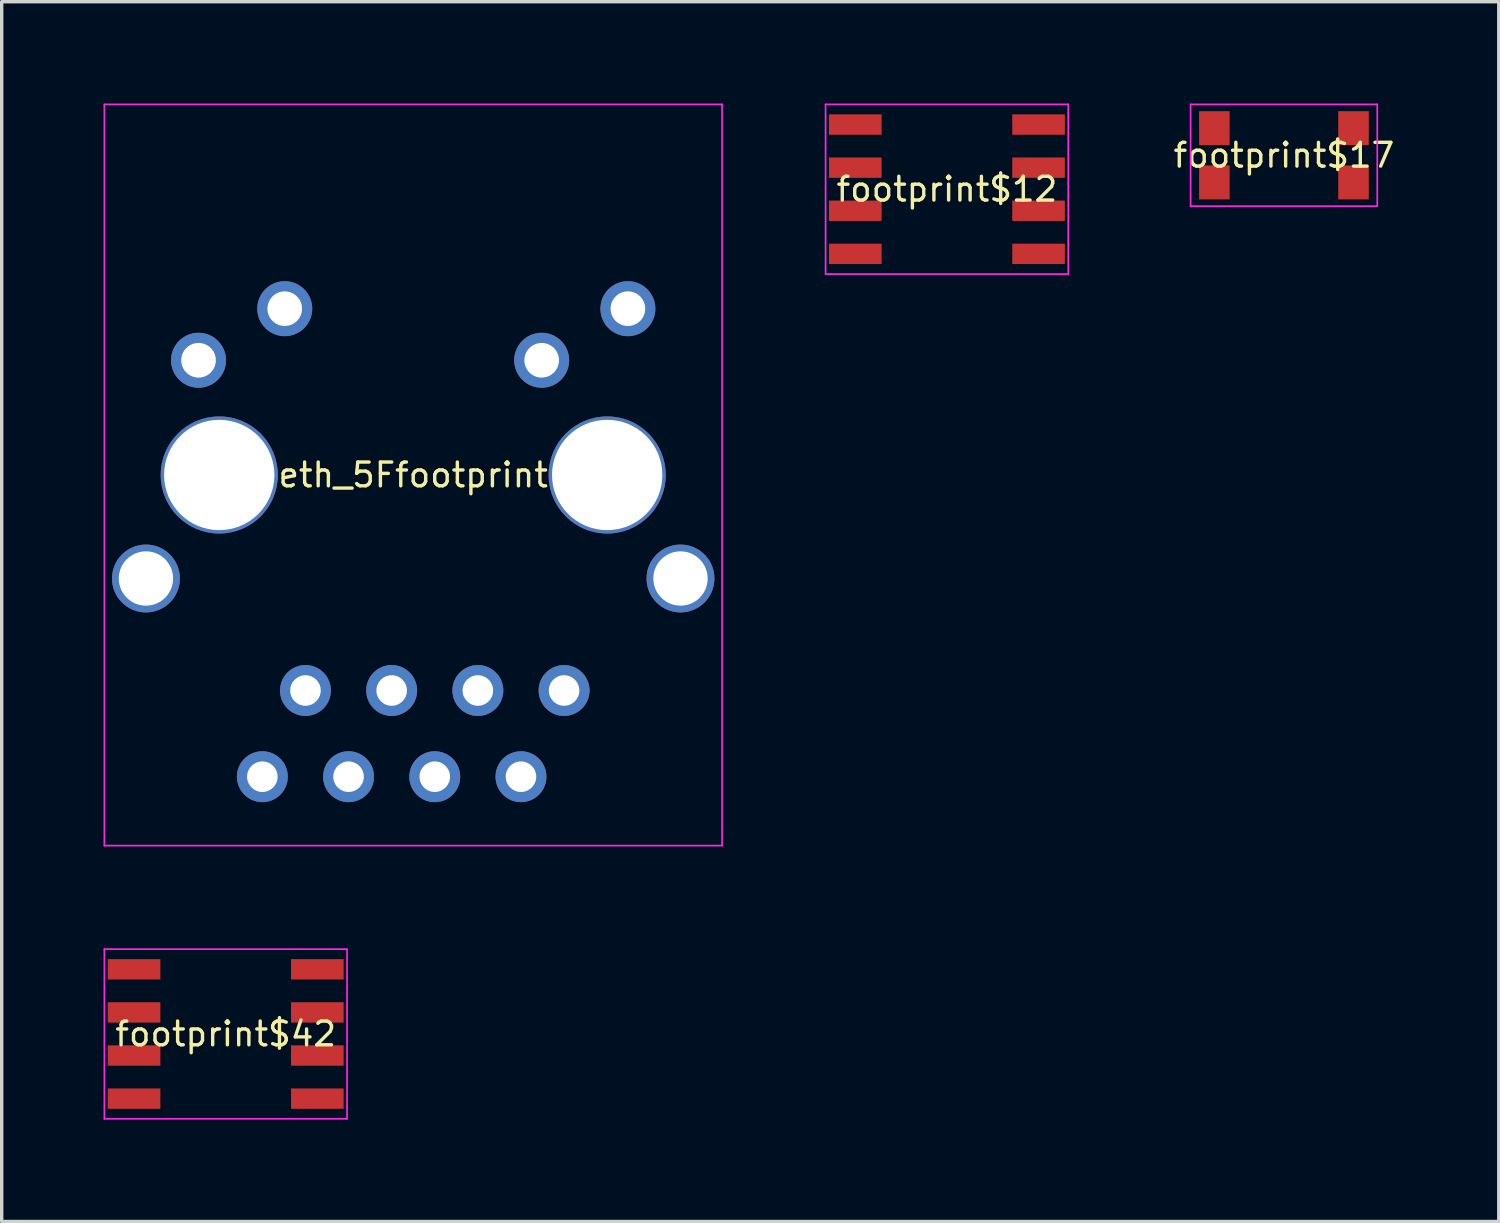
<source format=kicad_pcb>
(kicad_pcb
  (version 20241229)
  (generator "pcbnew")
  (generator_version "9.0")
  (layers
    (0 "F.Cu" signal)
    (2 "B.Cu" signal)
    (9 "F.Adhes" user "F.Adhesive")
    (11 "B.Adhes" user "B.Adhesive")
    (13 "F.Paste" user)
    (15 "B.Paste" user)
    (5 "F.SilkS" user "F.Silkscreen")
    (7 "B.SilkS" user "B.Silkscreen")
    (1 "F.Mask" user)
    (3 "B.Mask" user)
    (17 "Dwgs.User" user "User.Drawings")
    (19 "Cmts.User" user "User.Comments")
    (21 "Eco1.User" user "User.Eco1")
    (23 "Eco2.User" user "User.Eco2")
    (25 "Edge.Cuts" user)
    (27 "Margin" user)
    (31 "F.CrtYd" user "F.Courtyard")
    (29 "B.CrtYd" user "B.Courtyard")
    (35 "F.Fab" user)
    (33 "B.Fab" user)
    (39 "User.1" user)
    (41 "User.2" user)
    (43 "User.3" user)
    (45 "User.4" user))
  (footprint "footprint$42"
    (layer "F.Cu")
    (at 3.6 27.415)
    (property "Reference" "footprint$42" (at 0 0 0) (layer "F.SilkS") (effects (font (size 0.7 0.7) (thickness 0.1))))
    (attr through_hole)
    (fp_poly (pts (xy -3.475 -1.605) (xy -1.925 -1.605) (xy -1.925 -2.205) (xy -3.475 -2.205)) (stroke (width 0) (type solid)) (fill yes) (layer "F.Mask"))
    (fp_poly (pts (xy -3.475 -0.335) (xy -1.925 -0.335) (xy -1.925 -0.935) (xy -3.475 -0.935)) (stroke (width 0) (type solid)) (fill yes) (layer "F.Mask"))
    (fp_poly (pts (xy -3.475 0.935) (xy -1.925 0.935) (xy -1.925 0.335) (xy -3.475 0.335)) (stroke (width 0) (type solid)) (fill yes) (layer "F.Mask"))
    (fp_poly (pts (xy -3.475 2.205) (xy -1.925 2.205) (xy -1.925 1.605) (xy -3.475 1.605)) (stroke (width 0) (type solid)) (fill yes) (layer "F.Mask"))
    (fp_poly (pts (xy 1.925 -1.605) (xy 3.475 -1.605) (xy 3.475 -2.205) (xy 1.925 -2.205)) (stroke (width 0) (type solid)) (fill yes) (layer "F.Mask"))
    (fp_poly (pts (xy 1.925 -0.335) (xy 3.475 -0.335) (xy 3.475 -0.935) (xy 1.925 -0.935)) (stroke (width 0) (type solid)) (fill yes) (layer "F.Mask"))
    (fp_poly (pts (xy 1.925 0.935) (xy 3.475 0.935) (xy 3.475 0.335) (xy 1.925 0.335)) (stroke (width 0) (type solid)) (fill yes) (layer "F.Mask"))
    (fp_poly (pts (xy 1.925 2.205) (xy 3.475 2.205) (xy 3.475 1.605) (xy 1.925 1.605)) (stroke (width 0) (type solid)) (fill yes) (layer "F.Mask"))
    (fp_poly (pts (xy -3.475 -1.605) (xy -1.925 -1.605) (xy -1.925 -2.205) (xy -3.475 -2.205)) (stroke (width 0) (type solid)) (fill yes) (layer "F.Paste"))
    (fp_poly (pts (xy -3.475 -0.335) (xy -1.925 -0.335) (xy -1.925 -0.935) (xy -3.475 -0.935)) (stroke (width 0) (type solid)) (fill yes) (layer "F.Paste"))
    (fp_poly (pts (xy -3.475 0.935) (xy -1.925 0.935) (xy -1.925 0.335) (xy -3.475 0.335)) (stroke (width 0) (type solid)) (fill yes) (layer "F.Paste"))
    (fp_poly (pts (xy -3.475 2.205) (xy -1.925 2.205) (xy -1.925 1.605) (xy -3.475 1.605)) (stroke (width 0) (type solid)) (fill yes) (layer "F.Paste"))
    (fp_poly (pts (xy 1.925 -1.605) (xy 3.475 -1.605) (xy 3.475 -2.205) (xy 1.925 -2.205)) (stroke (width 0) (type solid)) (fill yes) (layer "F.Paste"))
    (fp_poly (pts (xy 1.925 -0.335) (xy 3.475 -0.335) (xy 3.475 -0.935) (xy 1.925 -0.935)) (stroke (width 0) (type solid)) (fill yes) (layer "F.Paste"))
    (fp_poly (pts (xy 1.925 0.935) (xy 3.475 0.935) (xy 3.475 0.335) (xy 1.925 0.335)) (stroke (width 0) (type solid)) (fill yes) (layer "F.Paste"))
    (fp_poly (pts (xy 1.925 2.205) (xy 3.475 2.205) (xy 3.475 1.605) (xy 1.925 1.605)) (stroke (width 0) (type solid)) (fill yes) (layer "F.Paste"))
    (fp_line (start -3.575 -2.5) (end -3.575 2.5) (stroke (width 0.05) (type solid)) (layer "F.CrtYd"))
    (fp_line (start -3.575 2.5) (end 3.575 2.5) (stroke (width 0.05) (type solid)) (layer "F.CrtYd"))
    (fp_line (start 3.575 -2.5) (end -3.575 -2.5) (stroke (width 0.05) (type solid)) (layer "F.CrtYd"))
    (fp_line (start 3.575 2.5) (end 3.575 -2.5) (stroke (width 0.05) (type solid)) (layer "F.CrtYd"))
    (pad "1" smd rect (at -2.7 -1.905) (size 1.55 0.6) (layers "F.Cu"))
    (pad "2" smd rect (at -2.7 -0.635) (size 1.55 0.6) (layers "F.Cu"))
    (pad "3" smd rect (at -2.7 0.635) (size 1.55 0.6) (layers "F.Cu"))
    (pad "4" smd rect (at -2.7 1.905) (size 1.55 0.6) (layers "F.Cu"))
    (pad "5" smd rect (at 2.7 1.905) (size 1.55 0.6) (layers "F.Cu"))
    (pad "6" smd rect (at 2.7 0.635) (size 1.55 0.6) (layers "F.Cu"))
    (pad "7" smd rect (at 2.7 -0.635) (size 1.55 0.6) (layers "F.Cu"))
    (pad "8" smd rect (at 2.7 -1.905) (size 1.55 0.6) (layers "F.Cu")))
  (footprint "footprint$17"
    (layer "F.Cu")
    (at 34.78 1.525)
    (property "Reference" "footprint$17" (at 0 0 0) (layer "F.SilkS") (effects (font (size 0.7 0.7) (thickness 0.1))))
    (attr through_hole)
    (fp_poly (pts (xy -2.5 -0.3) (xy -1.6 -0.3) (xy -1.6 -1.3) (xy -2.5 -1.3)) (stroke (width 0) (type solid)) (fill yes) (layer "F.Mask"))
    (fp_poly (pts (xy -2.5 1.3) (xy -1.6 1.3) (xy -1.6 0.3) (xy -2.5 0.3)) (stroke (width 0) (type solid)) (fill yes) (layer "F.Mask"))
    (fp_poly (pts (xy 1.6 -0.3) (xy 2.5 -0.3) (xy 2.5 -1.3) (xy 1.6 -1.3)) (stroke (width 0) (type solid)) (fill yes) (layer "F.Mask"))
    (fp_poly (pts (xy 1.6 1.3) (xy 2.5 1.3) (xy 2.5 0.3) (xy 1.6 0.3)) (stroke (width 0) (type solid)) (fill yes) (layer "F.Mask"))
    (fp_poly (pts (xy -2.5 -0.3) (xy -1.6 -0.3) (xy -1.6 -1.3) (xy -2.5 -1.3)) (stroke (width 0) (type solid)) (fill yes) (layer "F.Paste"))
    (fp_poly (pts (xy -2.5 1.3) (xy -1.6 1.3) (xy -1.6 0.3) (xy -2.5 0.3)) (stroke (width 0) (type solid)) (fill yes) (layer "F.Paste"))
    (fp_poly (pts (xy 1.6 -0.3) (xy 2.5 -0.3) (xy 2.5 -1.3) (xy 1.6 -1.3)) (stroke (width 0) (type solid)) (fill yes) (layer "F.Paste"))
    (fp_poly (pts (xy 1.6 1.3) (xy 2.5 1.3) (xy 2.5 0.3) (xy 1.6 0.3)) (stroke (width 0) (type solid)) (fill yes) (layer "F.Paste"))
    (fp_line (start -2.75 -1.5) (end -2.75 1.5) (stroke (width 0.05) (type solid)) (layer "F.CrtYd"))
    (fp_line (start -2.75 1.5) (end 2.75 1.5) (stroke (width 0.05) (type solid)) (layer "F.CrtYd"))
    (fp_line (start 2.75 -1.5) (end -2.75 -1.5) (stroke (width 0.05) (type solid)) (layer "F.CrtYd"))
    (fp_line (start 2.75 1.5) (end 2.75 -1.5) (stroke (width 0.05) (type solid)) (layer "F.CrtYd"))
    (pad "1" smd rect (at 2.05 -0.8) (size 0.9 1) (layers "F.Cu"))
    (pad "2" smd rect (at 2.05 0.8) (size 0.9 1) (layers "F.Cu"))
    (pad "3" smd rect (at -2.05 -0.8) (size 0.9 1) (layers "F.Cu"))
    (pad "4" smd rect (at -2.05 0.8) (size 0.9 1) (layers "F.Cu")))
  (footprint "eth_5Ffootprint"
    (layer "F.Cu")
    (at 9.125 10.945)
    (property "Reference" "eth_5Ffootprint" (at 0 0 0) (layer "F.SilkS") (effects (font (size 0.7 0.7) (thickness 0.1))))
    (attr through_hole)
    (fp_line (start -9.1 -10.92) (end -9.1 10.92) (stroke (width 0.05) (type solid)) (layer "F.CrtYd"))
    (fp_line (start -9.1 10.92) (end 9.1 10.92) (stroke (width 0.05) (type solid)) (layer "F.CrtYd"))
    (fp_line (start 9.1 -10.92) (end -9.1 -10.92) (stroke (width 0.05) (type solid)) (layer "F.CrtYd"))
    (fp_line (start 9.1 10.92) (end 9.1 -10.92) (stroke (width 0.05) (type solid)) (layer "F.CrtYd"))
    (pad "1" thru_hole circle (at 4.445 6.35) (size 1.5 1.5) (drill 0.9) (layers "*.Cu" "*.Mask"))
    (pad "2" thru_hole circle (at 3.175 8.89) (size 1.5 1.5) (drill 0.9) (layers "*.Cu" "*.Mask"))
    (pad "3" thru_hole circle (at 1.905 6.35) (size 1.5 1.5) (drill 0.9) (layers "*.Cu" "*.Mask"))
    (pad "4" thru_hole circle (at 0.635 8.89) (size 1.5 1.5) (drill 0.9) (layers "*.Cu" "*.Mask"))
    (pad "5" thru_hole circle (at -0.635 6.35) (size 1.5 1.5) (drill 0.9) (layers "*.Cu" "*.Mask"))
    (pad "6" thru_hole circle (at -1.905 8.89) (size 1.5 1.5) (drill 0.9) (layers "*.Cu" "*.Mask"))
    (pad "7" thru_hole circle (at -3.175 6.35) (size 1.5 1.5) (drill 0.9) (layers "*.Cu" "*.Mask"))
    (pad "8" thru_hole circle (at -4.445 8.89) (size 1.5 1.5) (drill 0.9) (layers "*.Cu" "*.Mask"))
    (pad "9" thru_hole circle (at 6.325 -4.9) (size 1.62 1.62) (drill 1.02) (layers "*.Cu" "*.Mask"))
    (pad "10" thru_hole circle (at 3.785 -3.38) (size 1.62 1.62) (drill 1.02) (layers "*.Cu" "*.Mask"))
    (pad "11" thru_hole circle (at -3.785 -4.9) (size 1.62 1.62) (drill 1.02) (layers "*.Cu" "*.Mask"))
    (pad "12" thru_hole circle (at -6.325 -3.38) (size 1.62 1.62) (drill 1.02) (layers "*.Cu" "*.Mask"))
    (pad "13" thru_hole circle (at -5.715 0) (size 3.45 3.45) (drill 3.25) (layers "*.Cu" "*.Mask"))
    (pad "14" thru_hole circle (at 5.715 0) (size 3.45 3.45) (drill 3.25) (layers "*.Cu" "*.Mask"))
    (pad "15" thru_hole circle (at -7.875 3.05) (size 2 2) (drill 1.6) (layers "*.Cu" "*.Mask"))
    (pad "16" thru_hole circle (at 7.875 3.05) (size 2 2) (drill 1.6) (layers "*.Cu" "*.Mask")))
  (footprint "footprint$12"
    (layer "F.Cu")
    (at 24.85 2.525)
    (property "Reference" "footprint$12" (at 0 0 0) (layer "F.SilkS") (effects (font (size 0.7 0.7) (thickness 0.1))))
    (attr through_hole)
    (fp_poly (pts (xy -3.475 -1.605) (xy -1.925 -1.605) (xy -1.925 -2.205) (xy -3.475 -2.205)) (stroke (width 0) (type solid)) (fill yes) (layer "F.Mask"))
    (fp_poly (pts (xy -3.475 -0.335) (xy -1.925 -0.335) (xy -1.925 -0.935) (xy -3.475 -0.935)) (stroke (width 0) (type solid)) (fill yes) (layer "F.Mask"))
    (fp_poly (pts (xy -3.475 0.935) (xy -1.925 0.935) (xy -1.925 0.335) (xy -3.475 0.335)) (stroke (width 0) (type solid)) (fill yes) (layer "F.Mask"))
    (fp_poly (pts (xy -3.475 2.205) (xy -1.925 2.205) (xy -1.925 1.605) (xy -3.475 1.605)) (stroke (width 0) (type solid)) (fill yes) (layer "F.Mask"))
    (fp_poly (pts (xy 1.925 -1.605) (xy 3.475 -1.605) (xy 3.475 -2.205) (xy 1.925 -2.205)) (stroke (width 0) (type solid)) (fill yes) (layer "F.Mask"))
    (fp_poly (pts (xy 1.925 -0.335) (xy 3.475 -0.335) (xy 3.475 -0.935) (xy 1.925 -0.935)) (stroke (width 0) (type solid)) (fill yes) (layer "F.Mask"))
    (fp_poly (pts (xy 1.925 0.935) (xy 3.475 0.935) (xy 3.475 0.335) (xy 1.925 0.335)) (stroke (width 0) (type solid)) (fill yes) (layer "F.Mask"))
    (fp_poly (pts (xy 1.925 2.205) (xy 3.475 2.205) (xy 3.475 1.605) (xy 1.925 1.605)) (stroke (width 0) (type solid)) (fill yes) (layer "F.Mask"))
    (fp_poly (pts (xy -3.475 -1.605) (xy -1.925 -1.605) (xy -1.925 -2.205) (xy -3.475 -2.205)) (stroke (width 0) (type solid)) (fill yes) (layer "F.Paste"))
    (fp_poly (pts (xy -3.475 -0.335) (xy -1.925 -0.335) (xy -1.925 -0.935) (xy -3.475 -0.935)) (stroke (width 0) (type solid)) (fill yes) (layer "F.Paste"))
    (fp_poly (pts (xy -3.475 0.935) (xy -1.925 0.935) (xy -1.925 0.335) (xy -3.475 0.335)) (stroke (width 0) (type solid)) (fill yes) (layer "F.Paste"))
    (fp_poly (pts (xy -3.475 2.205) (xy -1.925 2.205) (xy -1.925 1.605) (xy -3.475 1.605)) (stroke (width 0) (type solid)) (fill yes) (layer "F.Paste"))
    (fp_poly (pts (xy 1.925 -1.605) (xy 3.475 -1.605) (xy 3.475 -2.205) (xy 1.925 -2.205)) (stroke (width 0) (type solid)) (fill yes) (layer "F.Paste"))
    (fp_poly (pts (xy 1.925 -0.335) (xy 3.475 -0.335) (xy 3.475 -0.935) (xy 1.925 -0.935)) (stroke (width 0) (type solid)) (fill yes) (layer "F.Paste"))
    (fp_poly (pts (xy 1.925 0.935) (xy 3.475 0.935) (xy 3.475 0.335) (xy 1.925 0.335)) (stroke (width 0) (type solid)) (fill yes) (layer "F.Paste"))
    (fp_poly (pts (xy 1.925 2.205) (xy 3.475 2.205) (xy 3.475 1.605) (xy 1.925 1.605)) (stroke (width 0) (type solid)) (fill yes) (layer "F.Paste"))
    (fp_line (start -3.575 -2.5) (end -3.575 2.5) (stroke (width 0.05) (type solid)) (layer "F.CrtYd"))
    (fp_line (start -3.575 2.5) (end 3.575 2.5) (stroke (width 0.05) (type solid)) (layer "F.CrtYd"))
    (fp_line (start 3.575 -2.5) (end -3.575 -2.5) (stroke (width 0.05) (type solid)) (layer "F.CrtYd"))
    (fp_line (start 3.575 2.5) (end 3.575 -2.5) (stroke (width 0.05) (type solid)) (layer "F.CrtYd"))
    (pad "1" smd rect (at -2.7 -1.905) (size 1.55 0.6) (layers "F.Cu"))
    (pad "2" smd rect (at -2.7 -0.635) (size 1.55 0.6) (layers "F.Cu"))
    (pad "3" smd rect (at -2.7 0.635) (size 1.55 0.6) (layers "F.Cu"))
    (pad "4" smd rect (at -2.7 1.905) (size 1.55 0.6) (layers "F.Cu"))
    (pad "5" smd rect (at 2.7 1.905) (size 1.55 0.6) (layers "F.Cu"))
    (pad "6" smd rect (at 2.7 0.635) (size 1.55 0.6) (layers "F.Cu"))
    (pad "7" smd rect (at 2.7 -0.635) (size 1.55 0.6) (layers "F.Cu"))
    (pad "8" smd rect (at 2.7 -1.905) (size 1.55 0.6) (layers "F.Cu")))
  (gr_rect
    (start -3 -3)
    (end 41.11 32.94)
    (stroke (width 0.1) (type default))
    (fill no)
    (layer "Edge.Cuts")))
</source>
